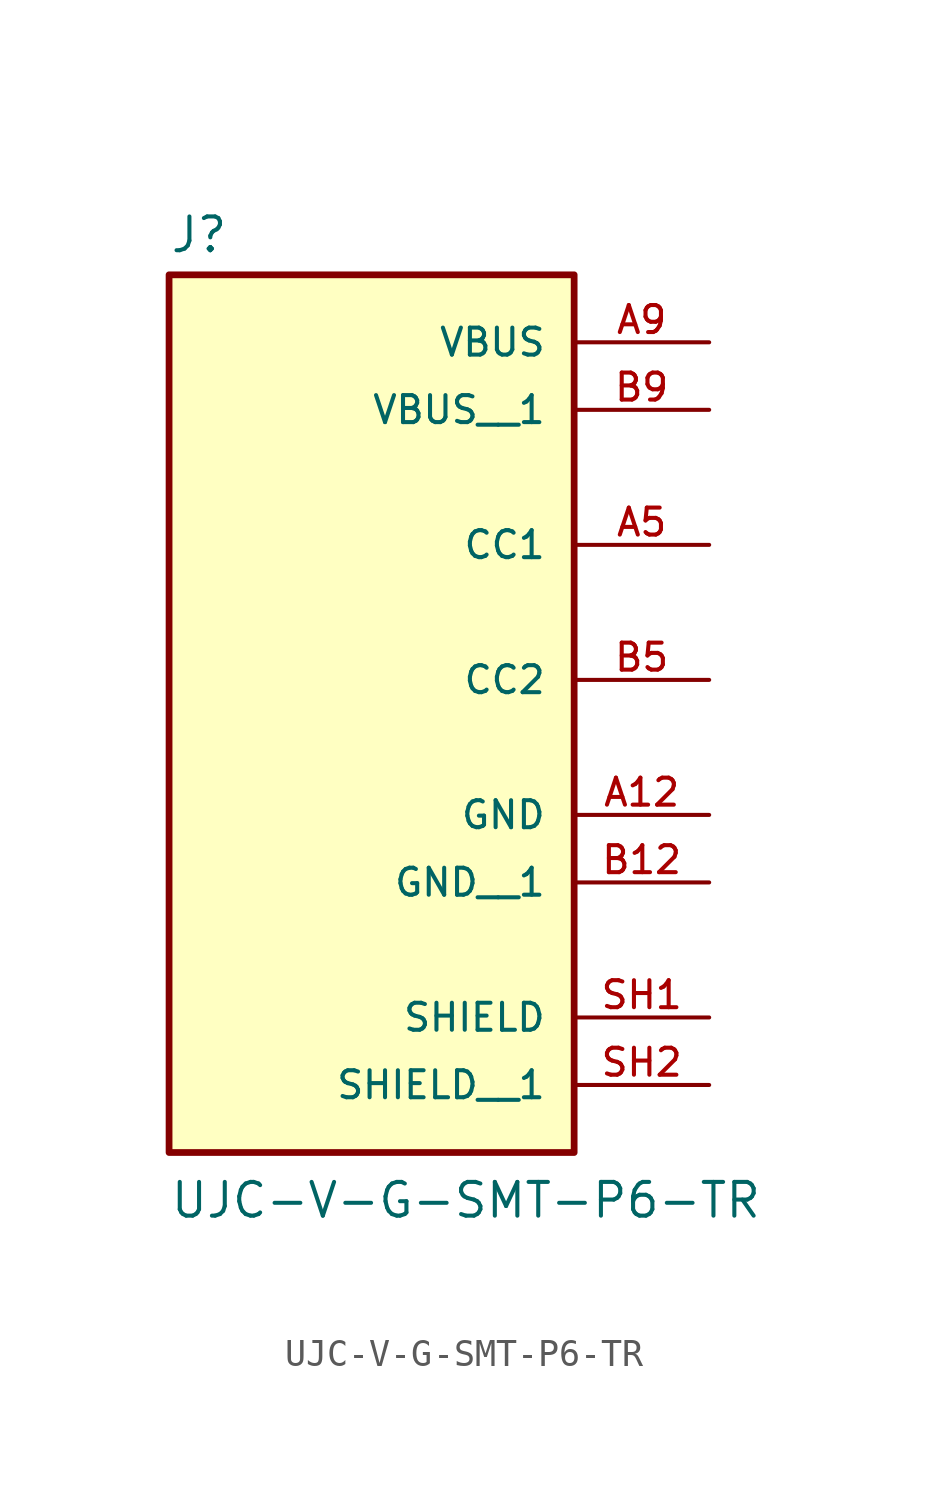
<source format=kicad_sym>
(kicad_symbol_lib
  (version 20211014)
  (generator kicad_symbol_editor)
  (symbol "UJC-V-G-SMT-P6-TR"
    (pin_names
      (offset 1.016))
    (property "Reference" "J"
      (at -7.62 13.462 0)
      (effects (font (size 1.27 1.27)) (justify bottom left)))
    (property "Value" "UJC-V-G-SMT-P6-TR"
      (at -7.62 -22.86 0)
      (effects (font (size 1.27 1.27)) (justify bottom left)))
    (symbol "UJC-V-G-SMT-P6-TR_0_0"
      (rectangle (start -7.62 -20.32) (end 7.62 12.7) (stroke (width 0.254)) (fill (type background)))
      (pin passive line (at 12.7 10.16 180.0) (length 5.08) (name "VBUS" (effects (font (size 1.016 1.016)))) (number "A9" (effects (font (size 1.016 1.016)))))
      (pin passive line (at 12.7 -15.24 180.0) (length 5.08) (name "SHIELD" (effects (font (size 1.016 1.016)))) (number "SH1" (effects (font (size 1.016 1.016)))))
      (pin passive line (at 12.7 -7.62 180.0) (length 5.08) (name "GND" (effects (font (size 1.016 1.016)))) (number "A12" (effects (font (size 1.016 1.016)))))
      (pin passive line (at 12.7 2.54 180.0) (length 5.08) (name "CC1" (effects (font (size 1.016 1.016)))) (number "A5" (effects (font (size 1.016 1.016)))))
      (pin passive line (at 12.7 -2.54 180.0) (length 5.08) (name "CC2" (effects (font (size 1.016 1.016)))) (number "B5" (effects (font (size 1.016 1.016)))))
      (pin passive line (at 12.7 7.62 180.0) (length 5.08) (name "VBUS__1" (effects (font (size 1.016 1.016)))) (number "B9" (effects (font (size 1.016 1.016)))))
      (pin passive line (at 12.7 -10.16 180.0) (length 5.08) (name "GND__1" (effects (font (size 1.016 1.016)))) (number "B12" (effects (font (size 1.016 1.016)))))
      (pin passive line (at 12.7 -17.78 180.0) (length 5.08) (name "SHIELD__1" (effects (font (size 1.016 1.016)))) (number "SH2" (effects (font (size 1.016 1.016))))))))
</source>
